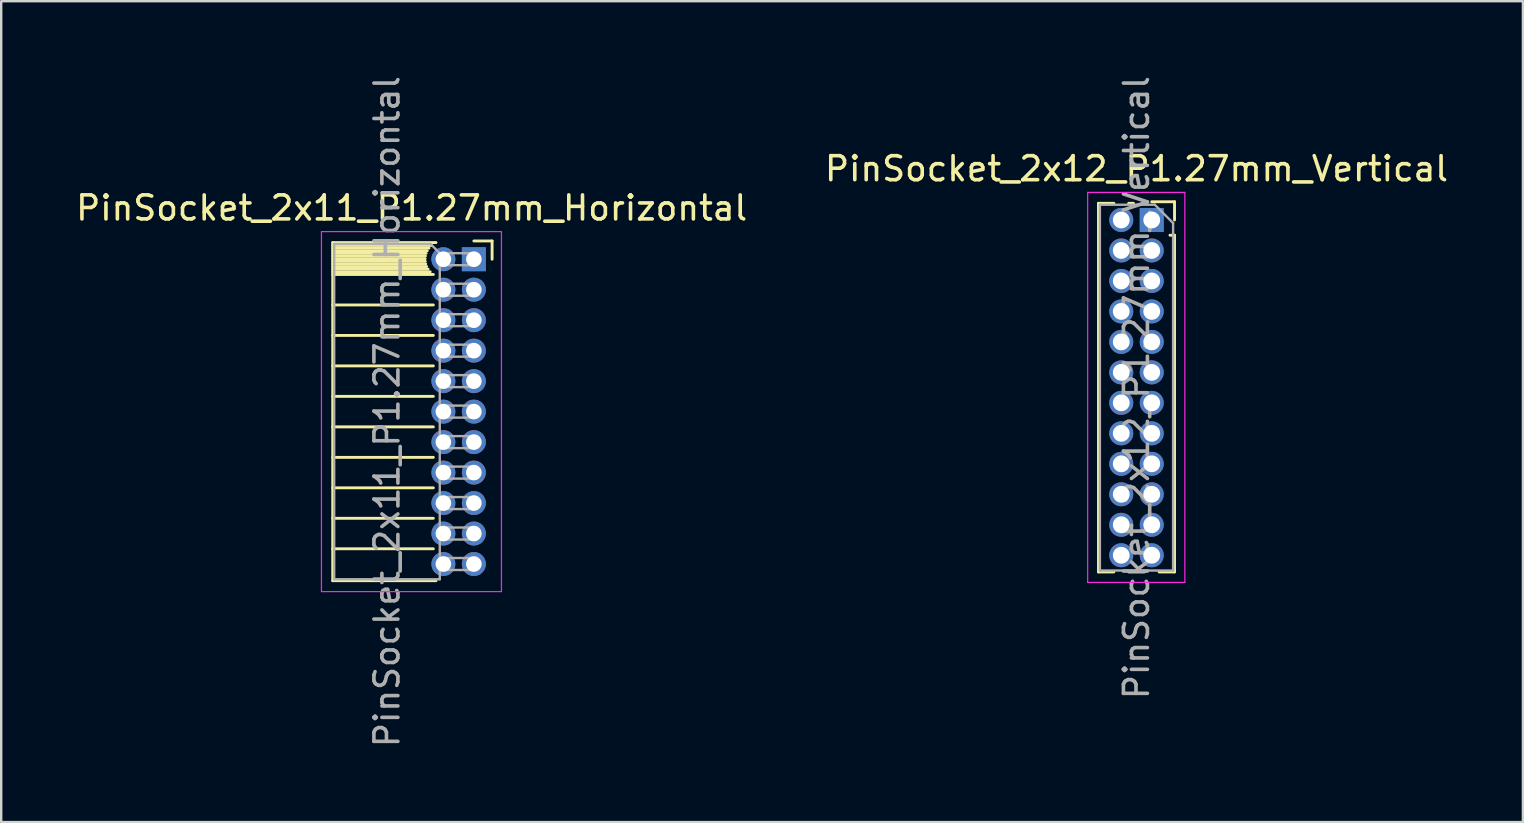
<source format=kicad_pcb>
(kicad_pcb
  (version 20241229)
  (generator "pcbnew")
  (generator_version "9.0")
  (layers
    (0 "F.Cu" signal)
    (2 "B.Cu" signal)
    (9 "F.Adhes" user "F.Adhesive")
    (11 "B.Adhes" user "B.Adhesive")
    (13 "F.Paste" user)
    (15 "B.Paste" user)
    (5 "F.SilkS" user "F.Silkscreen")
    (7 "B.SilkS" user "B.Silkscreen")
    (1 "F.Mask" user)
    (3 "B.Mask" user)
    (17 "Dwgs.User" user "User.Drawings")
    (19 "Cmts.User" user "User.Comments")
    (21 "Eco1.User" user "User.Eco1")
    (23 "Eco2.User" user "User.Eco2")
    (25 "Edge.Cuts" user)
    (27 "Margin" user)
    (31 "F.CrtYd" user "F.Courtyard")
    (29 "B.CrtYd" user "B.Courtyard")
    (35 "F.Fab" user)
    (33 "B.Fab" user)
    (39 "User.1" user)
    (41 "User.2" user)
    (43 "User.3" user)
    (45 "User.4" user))
  (footprint "PinSocket_2x11_P1.27mm_Horizontal"
    (layer "F.Cu")
    (at 16.694 7.751)
    (property "Reference" "PinSocket_2x11_P1.27mm_Horizontal" (at -2.592 -2.135 0) (layer "F.SilkS") (effects (font (size 1 1) (thickness 0.15))))
    (attr through_hole)
    (fp_line (start -5.88 -0.695) (end -5.88 13.395) (stroke (width 0.12) (type solid)) (layer "F.SilkS"))
    (fp_line (start -5.88 -0.695) (end -1.578 -0.695) (stroke (width 0.12) (type solid)) (layer "F.SilkS"))
    (fp_line (start -5.88 -0.575) (end -1.767 -0.575) (stroke (width 0.12) (type solid)) (layer "F.SilkS"))
    (fp_line (start -5.88 -0.465) (end -1.871 -0.465) (stroke (width 0.12) (type solid)) (layer "F.SilkS"))
    (fp_line (start -5.88 -0.355) (end -1.942 -0.355) (stroke (width 0.12) (type solid)) (layer "F.SilkS"))
    (fp_line (start -5.88 -0.245) (end -1.989 -0.245) (stroke (width 0.12) (type solid)) (layer "F.SilkS"))
    (fp_line (start -5.88 -0.135) (end -2.018 -0.135) (stroke (width 0.12) (type solid)) (layer "F.SilkS"))
    (fp_line (start -5.88 -0.025) (end -2.03 -0.025) (stroke (width 0.12) (type solid)) (layer "F.SilkS"))
    (fp_line (start -5.88 0.085) (end -2.025 0.085) (stroke (width 0.12) (type solid)) (layer "F.SilkS"))
    (fp_line (start -5.88 0.195) (end -2.005 0.195) (stroke (width 0.12) (type solid)) (layer "F.SilkS"))
    (fp_line (start -5.88 0.305) (end -1.966 0.305) (stroke (width 0.12) (type solid)) (layer "F.SilkS"))
    (fp_line (start -5.88 0.415) (end -1.907 0.415) (stroke (width 0.12) (type solid)) (layer "F.SilkS"))
    (fp_line (start -5.88 0.525) (end -1.82 0.525) (stroke (width 0.12) (type solid)) (layer "F.SilkS"))
    (fp_line (start -5.88 0.635) (end -1.688 0.635) (stroke (width 0.12) (type solid)) (layer "F.SilkS"))
    (fp_line (start -5.88 1.905) (end -1.688 1.905) (stroke (width 0.12) (type solid)) (layer "F.SilkS"))
    (fp_line (start -5.88 3.175) (end -1.688 3.175) (stroke (width 0.12) (type solid)) (layer "F.SilkS"))
    (fp_line (start -5.88 4.445) (end -1.688 4.445) (stroke (width 0.12) (type solid)) (layer "F.SilkS"))
    (fp_line (start -5.88 5.715) (end -1.688 5.715) (stroke (width 0.12) (type solid)) (layer "F.SilkS"))
    (fp_line (start -5.88 6.985) (end -1.688 6.985) (stroke (width 0.12) (type solid)) (layer "F.SilkS"))
    (fp_line (start -5.88 8.255) (end -1.688 8.255) (stroke (width 0.12) (type solid)) (layer "F.SilkS"))
    (fp_line (start -5.88 9.525) (end -1.688 9.525) (stroke (width 0.12) (type solid)) (layer "F.SilkS"))
    (fp_line (start -5.88 10.795) (end -1.688 10.795) (stroke (width 0.12) (type solid)) (layer "F.SilkS"))
    (fp_line (start -5.88 12.065) (end -1.688 12.065) (stroke (width 0.12) (type solid)) (layer "F.SilkS"))
    (fp_line (start -5.88 13.395) (end -1.578 13.395) (stroke (width 0.12) (type solid)) (layer "F.SilkS"))
    (fp_line (start 0 -0.76) (end 0.76 -0.76) (stroke (width 0.12) (type solid)) (layer "F.SilkS"))
    (fp_line (start 0.76 -0.76) (end 0.76 0) (stroke (width 0.12) (type solid)) (layer "F.SilkS"))
    (fp_line (start -6.35 -1.15) (end -6.35 13.85) (stroke (width 0.05) (type solid)) (layer "F.CrtYd"))
    (fp_line (start -6.35 13.85) (end 1.15 13.85) (stroke (width 0.05) (type solid)) (layer "F.CrtYd"))
    (fp_line (start 1.15 -1.15) (end -6.35 -1.15) (stroke (width 0.05) (type solid)) (layer "F.CrtYd"))
    (fp_line (start 1.15 13.85) (end 1.15 -1.15) (stroke (width 0.05) (type solid)) (layer "F.CrtYd"))
    (fp_line (start -5.82 -0.635) (end -1.805 -0.635) (stroke (width 0.1) (type solid)) (layer "F.Fab"))
    (fp_line (start -5.82 13.335) (end -5.82 -0.635) (stroke (width 0.1) (type solid)) (layer "F.Fab"))
    (fp_line (start -1.805 -0.635) (end -1.42 -0.25) (stroke (width 0.1) (type solid)) (layer "F.Fab"))
    (fp_line (start -1.42 -0.25) (end -1.42 13.335) (stroke (width 0.1) (type solid)) (layer "F.Fab"))
    (fp_line (start -1.42 0.25) (end 0 0.25) (stroke (width 0.1) (type solid)) (layer "F.Fab"))
    (fp_line (start -1.42 1.52) (end 0 1.52) (stroke (width 0.1) (type solid)) (layer "F.Fab"))
    (fp_line (start -1.42 2.79) (end 0 2.79) (stroke (width 0.1) (type solid)) (layer "F.Fab"))
    (fp_line (start -1.42 4.06) (end 0 4.06) (stroke (width 0.1) (type solid)) (layer "F.Fab"))
    (fp_line (start -1.42 5.33) (end 0 5.33) (stroke (width 0.1) (type solid)) (layer "F.Fab"))
    (fp_line (start -1.42 6.6) (end 0 6.6) (stroke (width 0.1) (type solid)) (layer "F.Fab"))
    (fp_line (start -1.42 7.87) (end 0 7.87) (stroke (width 0.1) (type solid)) (layer "F.Fab"))
    (fp_line (start -1.42 9.14) (end 0 9.14) (stroke (width 0.1) (type solid)) (layer "F.Fab"))
    (fp_line (start -1.42 10.41) (end 0 10.41) (stroke (width 0.1) (type solid)) (layer "F.Fab"))
    (fp_line (start -1.42 11.68) (end 0 11.68) (stroke (width 0.1) (type solid)) (layer "F.Fab"))
    (fp_line (start -1.42 12.95) (end 0 12.95) (stroke (width 0.1) (type solid)) (layer "F.Fab"))
    (fp_line (start -1.42 13.335) (end -5.82 13.335) (stroke (width 0.1) (type solid)) (layer "F.Fab"))
    (fp_line (start 0 -0.25) (end -1.42 -0.25) (stroke (width 0.1) (type solid)) (layer "F.Fab"))
    (fp_line (start 0 0.25) (end 0 -0.25) (stroke (width 0.1) (type solid)) (layer "F.Fab"))
    (fp_line (start 0 1.02) (end -1.42 1.02) (stroke (width 0.1) (type solid)) (layer "F.Fab"))
    (fp_line (start 0 1.52) (end 0 1.02) (stroke (width 0.1) (type solid)) (layer "F.Fab"))
    (fp_line (start 0 2.29) (end -1.42 2.29) (stroke (width 0.1) (type solid)) (layer "F.Fab"))
    (fp_line (start 0 2.79) (end 0 2.29) (stroke (width 0.1) (type solid)) (layer "F.Fab"))
    (fp_line (start 0 3.56) (end -1.42 3.56) (stroke (width 0.1) (type solid)) (layer "F.Fab"))
    (fp_line (start 0 4.06) (end 0 3.56) (stroke (width 0.1) (type solid)) (layer "F.Fab"))
    (fp_line (start 0 4.83) (end -1.42 4.83) (stroke (width 0.1) (type solid)) (layer "F.Fab"))
    (fp_line (start 0 5.33) (end 0 4.83) (stroke (width 0.1) (type solid)) (layer "F.Fab"))
    (fp_line (start 0 6.1) (end -1.42 6.1) (stroke (width 0.1) (type solid)) (layer "F.Fab"))
    (fp_line (start 0 6.6) (end 0 6.1) (stroke (width 0.1) (type solid)) (layer "F.Fab"))
    (fp_line (start 0 7.37) (end -1.42 7.37) (stroke (width 0.1) (type solid)) (layer "F.Fab"))
    (fp_line (start 0 7.87) (end 0 7.37) (stroke (width 0.1) (type solid)) (layer "F.Fab"))
    (fp_line (start 0 8.64) (end -1.42 8.64) (stroke (width 0.1) (type solid)) (layer "F.Fab"))
    (fp_line (start 0 9.14) (end 0 8.64) (stroke (width 0.1) (type solid)) (layer "F.Fab"))
    (fp_line (start 0 9.91) (end -1.42 9.91) (stroke (width 0.1) (type solid)) (layer "F.Fab"))
    (fp_line (start 0 10.41) (end 0 9.91) (stroke (width 0.1) (type solid)) (layer "F.Fab"))
    (fp_line (start 0 11.18) (end -1.42 11.18) (stroke (width 0.1) (type solid)) (layer "F.Fab"))
    (fp_line (start 0 11.68) (end 0 11.18) (stroke (width 0.1) (type solid)) (layer "F.Fab"))
    (fp_line (start 0 12.45) (end -1.42 12.45) (stroke (width 0.1) (type solid)) (layer "F.Fab"))
    (fp_line (start 0 12.95) (end 0 12.45) (stroke (width 0.1) (type solid)) (layer "F.Fab"))
    (fp_text user "${REFERENCE}" (at -3.62 6.35 90) (layer "F.Fab") (effects (font (size 1 1) (thickness 0.15))))
    (pad "1" thru_hole rect (at 0 0) (size 1 1) (drill 0.65) (layers "*.Cu" "*.Mask"))
    (pad "2" thru_hole oval (at -1.27 0) (size 1 1) (drill 0.65) (layers "*.Cu" "*.Mask"))
    (pad "3" thru_hole oval (at 0 1.27) (size 1 1) (drill 0.65) (layers "*.Cu" "*.Mask"))
    (pad "4" thru_hole oval (at -1.27 1.27) (size 1 1) (drill 0.65) (layers "*.Cu" "*.Mask"))
    (pad "5" thru_hole oval (at 0 2.54) (size 1 1) (drill 0.65) (layers "*.Cu" "*.Mask"))
    (pad "6" thru_hole oval (at -1.27 2.54) (size 1 1) (drill 0.65) (layers "*.Cu" "*.Mask"))
    (pad "7" thru_hole oval (at 0 3.81) (size 1 1) (drill 0.65) (layers "*.Cu" "*.Mask"))
    (pad "8" thru_hole oval (at -1.27 3.81) (size 1 1) (drill 0.65) (layers "*.Cu" "*.Mask"))
    (pad "9" thru_hole oval (at 0 5.08) (size 1 1) (drill 0.65) (layers "*.Cu" "*.Mask"))
    (pad "10" thru_hole oval (at -1.27 5.08) (size 1 1) (drill 0.65) (layers "*.Cu" "*.Mask"))
    (pad "11" thru_hole oval (at 0 6.35) (size 1 1) (drill 0.65) (layers "*.Cu" "*.Mask"))
    (pad "12" thru_hole oval (at -1.27 6.35) (size 1 1) (drill 0.65) (layers "*.Cu" "*.Mask"))
    (pad "13" thru_hole oval (at 0 7.62) (size 1 1) (drill 0.65) (layers "*.Cu" "*.Mask"))
    (pad "14" thru_hole oval (at -1.27 7.62) (size 1 1) (drill 0.65) (layers "*.Cu" "*.Mask"))
    (pad "15" thru_hole oval (at 0 8.89) (size 1 1) (drill 0.65) (layers "*.Cu" "*.Mask"))
    (pad "16" thru_hole oval (at -1.27 8.89) (size 1 1) (drill 0.65) (layers "*.Cu" "*.Mask"))
    (pad "17" thru_hole oval (at 0 10.16) (size 1 1) (drill 0.65) (layers "*.Cu" "*.Mask"))
    (pad "18" thru_hole oval (at -1.27 10.16) (size 1 1) (drill 0.65) (layers "*.Cu" "*.Mask"))
    (pad "19" thru_hole oval (at 0 11.43) (size 1 1) (drill 0.65) (layers "*.Cu" "*.Mask"))
    (pad "20" thru_hole oval (at -1.27 11.43) (size 1 1) (drill 0.65) (layers "*.Cu" "*.Mask"))
    (pad "21" thru_hole oval (at 0 12.7) (size 1 1) (drill 0.65) (layers "*.Cu" "*.Mask"))
    (pad "22" thru_hole oval (at -1.27 12.7) (size 1 1) (drill 0.65) (layers "*.Cu" "*.Mask")))
  (footprint "PinSocket_2x12_P1.27mm_Vertical"
    (layer "F.Cu")
    (at 44.939 6.116)
    (property "Reference" "PinSocket_2x12_P1.27mm_Vertical" (at -0.635 -2.135 0) (layer "F.SilkS") (effects (font (size 1 1) (thickness 0.15))))
    (attr through_hole)
    (fp_line (start -2.22 -0.695) (end -2.22 14.665) (stroke (width 0.12) (type solid)) (layer "F.SilkS"))
    (fp_line (start -2.22 -0.695) (end -1.578 -0.695) (stroke (width 0.12) (type solid)) (layer "F.SilkS"))
    (fp_line (start -2.22 14.665) (end -1.578 14.665) (stroke (width 0.12) (type solid)) (layer "F.SilkS"))
    (fp_line (start -0.962 -0.695) (end -0.76 -0.695) (stroke (width 0.12) (type solid)) (layer "F.SilkS"))
    (fp_line (start -0.962 14.665) (end -0.308 14.665) (stroke (width 0.12) (type solid)) (layer "F.SilkS"))
    (fp_line (start 0 -0.76) (end 0.95 -0.76) (stroke (width 0.12) (type solid)) (layer "F.SilkS"))
    (fp_line (start 0.308 14.665) (end 0.95 14.665) (stroke (width 0.12) (type solid)) (layer "F.SilkS"))
    (fp_line (start 0.76 0.635) (end 0.95 0.635) (stroke (width 0.12) (type solid)) (layer "F.SilkS"))
    (fp_line (start 0.95 -0.76) (end 0.95 0) (stroke (width 0.12) (type solid)) (layer "F.SilkS"))
    (fp_line (start 0.95 0.635) (end 0.95 14.665) (stroke (width 0.12) (type solid)) (layer "F.SilkS"))
    (fp_line (start -2.67 -1.15) (end 1.38 -1.15) (stroke (width 0.05) (type solid)) (layer "F.CrtYd"))
    (fp_line (start -2.67 15.1) (end -2.67 -1.15) (stroke (width 0.05) (type solid)) (layer "F.CrtYd"))
    (fp_line (start 1.38 -1.15) (end 1.38 15.1) (stroke (width 0.05) (type solid)) (layer "F.CrtYd"))
    (fp_line (start 1.38 15.1) (end -2.67 15.1) (stroke (width 0.05) (type solid)) (layer "F.CrtYd"))
    (fp_line (start -2.16 -0.635) (end 0.128 -0.635) (stroke (width 0.1) (type solid)) (layer "F.Fab"))
    (fp_line (start -2.16 14.605) (end -2.16 -0.635) (stroke (width 0.1) (type solid)) (layer "F.Fab"))
    (fp_line (start 0.128 -0.635) (end 0.89 0.128) (stroke (width 0.1) (type solid)) (layer "F.Fab"))
    (fp_line (start 0.89 0.128) (end 0.89 14.605) (stroke (width 0.1) (type solid)) (layer "F.Fab"))
    (fp_line (start 0.89 14.605) (end -2.16 14.605) (stroke (width 0.1) (type solid)) (layer "F.Fab"))
    (fp_text user "${REFERENCE}" (at -0.635 6.985 90) (layer "F.Fab") (effects (font (size 1 1) (thickness 0.15))))
    (pad "1" thru_hole rect (at 0 0) (size 1 1) (drill 0.7) (layers "*.Cu" "*.Mask"))
    (pad "2" thru_hole oval (at -1.27 0) (size 1 1) (drill 0.7) (layers "*.Cu" "*.Mask"))
    (pad "3" thru_hole oval (at 0 1.27) (size 1 1) (drill 0.7) (layers "*.Cu" "*.Mask"))
    (pad "4" thru_hole oval (at -1.27 1.27) (size 1 1) (drill 0.7) (layers "*.Cu" "*.Mask"))
    (pad "5" thru_hole oval (at 0 2.54) (size 1 1) (drill 0.7) (layers "*.Cu" "*.Mask"))
    (pad "6" thru_hole oval (at -1.27 2.54) (size 1 1) (drill 0.7) (layers "*.Cu" "*.Mask"))
    (pad "7" thru_hole oval (at 0 3.81) (size 1 1) (drill 0.7) (layers "*.Cu" "*.Mask"))
    (pad "8" thru_hole oval (at -1.27 3.81) (size 1 1) (drill 0.7) (layers "*.Cu" "*.Mask"))
    (pad "9" thru_hole oval (at 0 5.08) (size 1 1) (drill 0.7) (layers "*.Cu" "*.Mask"))
    (pad "10" thru_hole oval (at -1.27 5.08) (size 1 1) (drill 0.7) (layers "*.Cu" "*.Mask"))
    (pad "11" thru_hole oval (at 0 6.35) (size 1 1) (drill 0.7) (layers "*.Cu" "*.Mask"))
    (pad "12" thru_hole oval (at -1.27 6.35) (size 1 1) (drill 0.7) (layers "*.Cu" "*.Mask"))
    (pad "13" thru_hole oval (at 0 7.62) (size 1 1) (drill 0.7) (layers "*.Cu" "*.Mask"))
    (pad "14" thru_hole oval (at -1.27 7.62) (size 1 1) (drill 0.7) (layers "*.Cu" "*.Mask"))
    (pad "15" thru_hole oval (at 0 8.89) (size 1 1) (drill 0.7) (layers "*.Cu" "*.Mask"))
    (pad "16" thru_hole oval (at -1.27 8.89) (size 1 1) (drill 0.7) (layers "*.Cu" "*.Mask"))
    (pad "17" thru_hole oval (at 0 10.16) (size 1 1) (drill 0.7) (layers "*.Cu" "*.Mask"))
    (pad "18" thru_hole oval (at -1.27 10.16) (size 1 1) (drill 0.7) (layers "*.Cu" "*.Mask"))
    (pad "19" thru_hole oval (at 0 11.43) (size 1 1) (drill 0.7) (layers "*.Cu" "*.Mask"))
    (pad "20" thru_hole oval (at -1.27 11.43) (size 1 1) (drill 0.7) (layers "*.Cu" "*.Mask"))
    (pad "21" thru_hole oval (at 0 12.7) (size 1 1) (drill 0.7) (layers "*.Cu" "*.Mask"))
    (pad "22" thru_hole oval (at -1.27 12.7) (size 1 1) (drill 0.7) (layers "*.Cu" "*.Mask"))
    (pad "23" thru_hole oval (at 0 13.97) (size 1 1) (drill 0.7) (layers "*.Cu" "*.Mask"))
    (pad "24" thru_hole oval (at -1.27 13.97) (size 1 1) (drill 0.7) (layers "*.Cu" "*.Mask")))
  (gr_rect
    (start -3 -3)
    (end 60.405 31.202)
    (stroke (width 0.1) (type default))
    (fill no)
    (layer "Edge.Cuts")))
</source>
